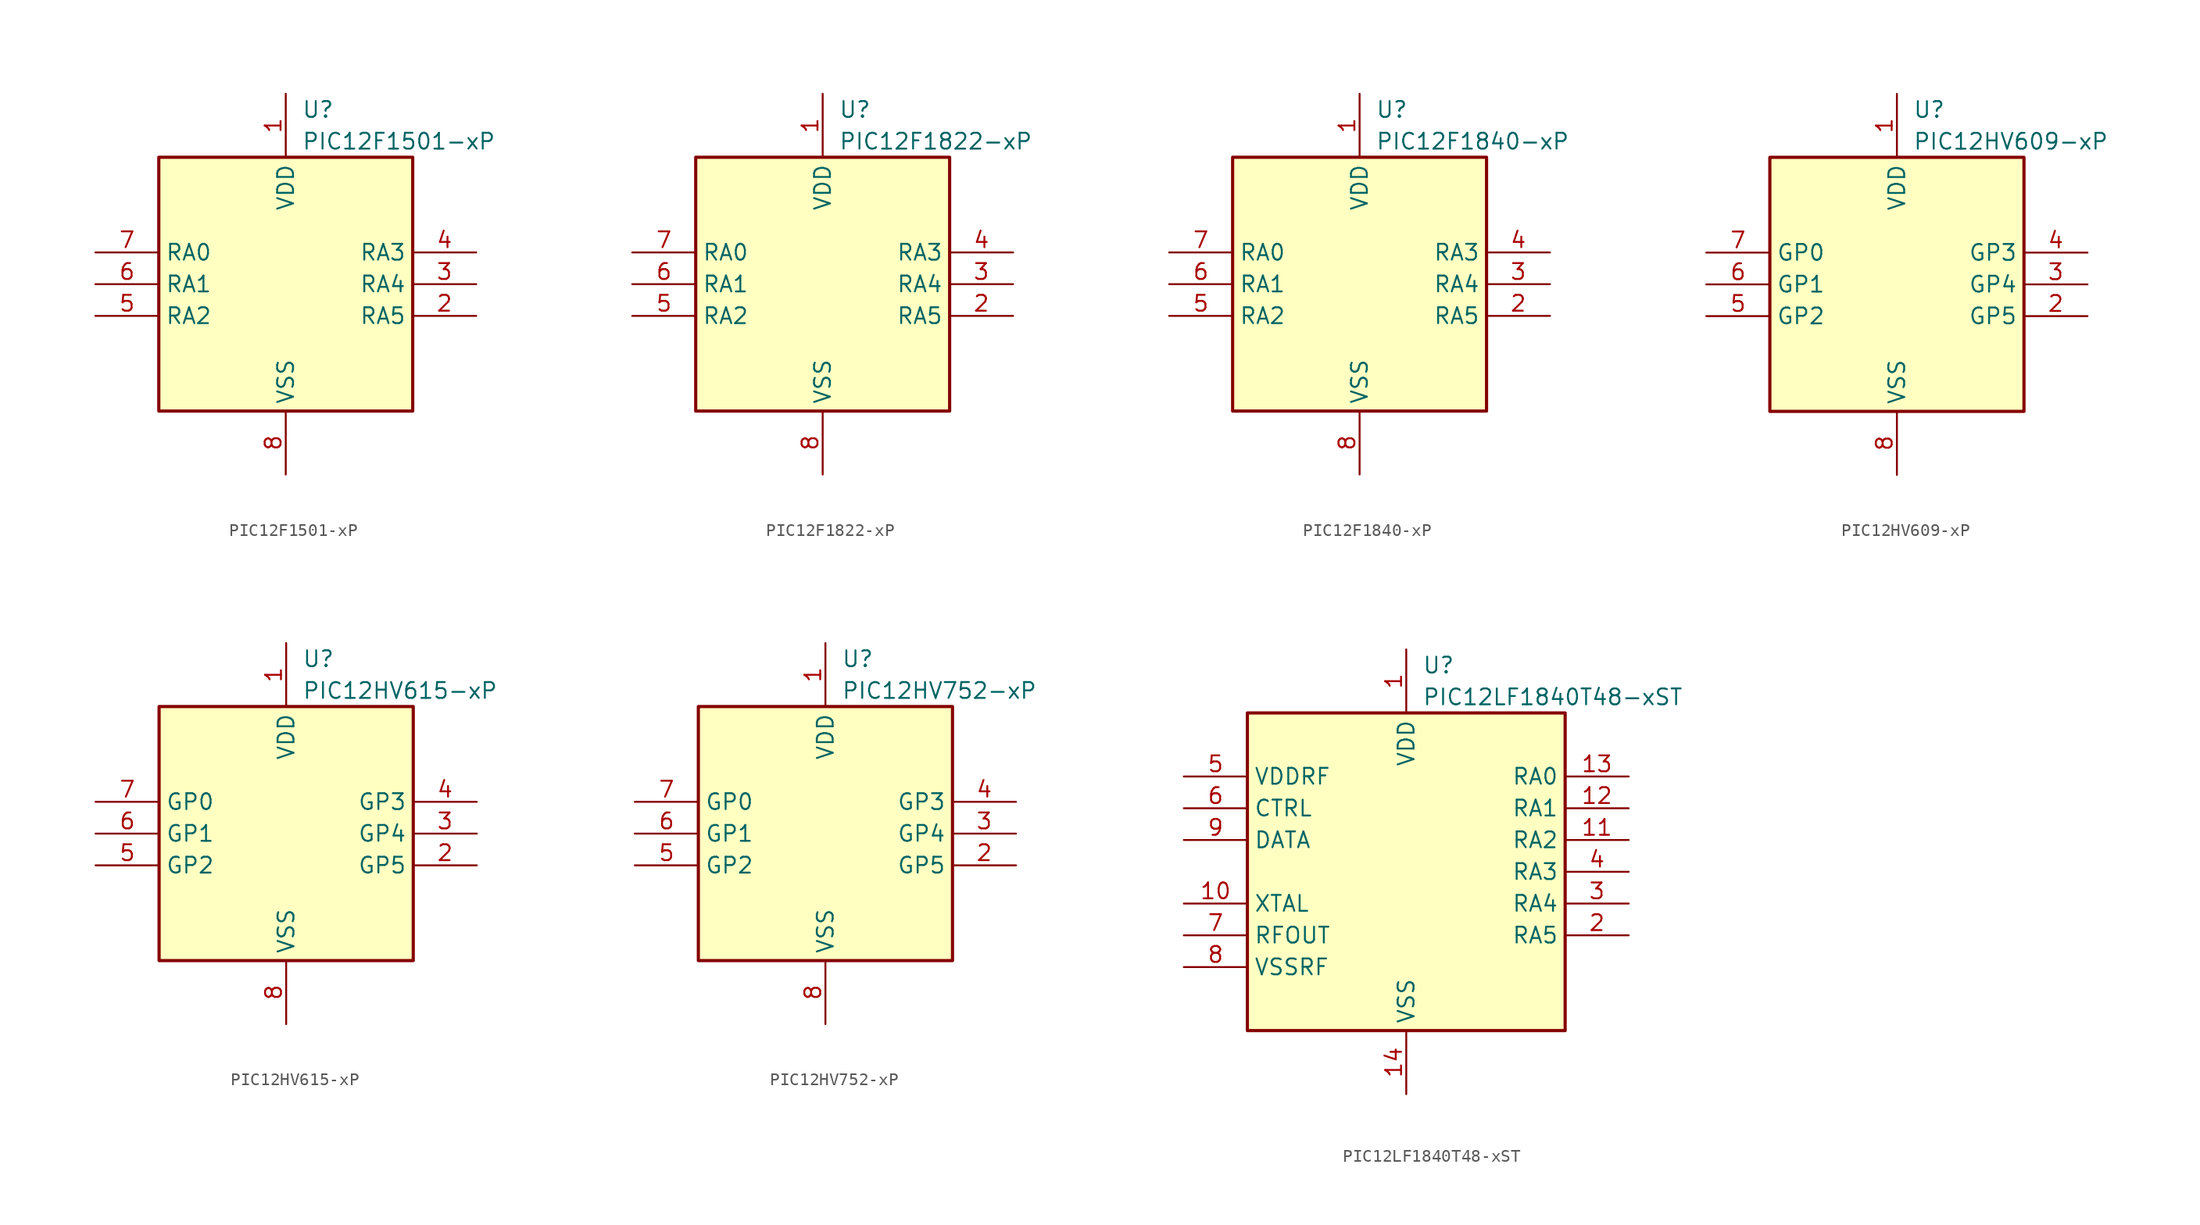
<source format=kicad_sym>
(kicad_symbol_lib
  (version 20231120)
  (generator "kicad_symbol_editor")
  (generator_version "8.0")
  (symbol "PIC12F1501-xP"
    (property "Reference" "U"
      (at 1.27 13.97 0)
      (effects (font (size 1.27 1.27)) (justify left)))
    (property "Value" "PIC12F1501-xP"
      (at 1.27 11.43 0)
      (effects (font (size 1.27 1.27)) (justify left)))
    (symbol "PIC12F1501-xP_0_1"
      (rectangle (start 10.16 -10.16) (end -10.16 10.16) (stroke (width 0.254) (type default)) (fill (type background))))
    (symbol "PIC12F1501-xP_1_1"
      (pin power_in line (at 0 15.24 270) (length 5.08) (name "VDD" (effects (font (size 1.27 1.27)))) (number "1" (effects (font (size 1.27 1.27)))))
      (pin bidirectional line (at 15.24 -2.54 180) (length 5.08) (name "RA5" (effects (font (size 1.27 1.27)))) (number "2" (effects (font (size 1.27 1.27)))))
      (pin bidirectional line (at 15.24 0 180) (length 5.08) (name "RA4" (effects (font (size 1.27 1.27)))) (number "3" (effects (font (size 1.27 1.27)))))
      (pin input line (at 15.24 2.54 180) (length 5.08) (name "RA3" (effects (font (size 1.27 1.27)))) (number "4" (effects (font (size 1.27 1.27)))))
      (pin bidirectional line (at -15.24 -2.54 0) (length 5.08) (name "RA2" (effects (font (size 1.27 1.27)))) (number "5" (effects (font (size 1.27 1.27)))))
      (pin bidirectional line (at -15.24 0 0) (length 5.08) (name "RA1" (effects (font (size 1.27 1.27)))) (number "6" (effects (font (size 1.27 1.27)))))
      (pin bidirectional line (at -15.24 2.54 0) (length 5.08) (name "RA0" (effects (font (size 1.27 1.27)))) (number "7" (effects (font (size 1.27 1.27)))))
      (pin power_in line (at 0 -15.24 90) (length 5.08) (name "VSS" (effects (font (size 1.27 1.27)))) (number "8" (effects (font (size 1.27 1.27)))))))
  (symbol "PIC12F1822-xP"
    (property "Reference" "U"
      (at 1.27 13.97 0)
      (effects (font (size 1.27 1.27)) (justify left)))
    (property "Value" "PIC12F1822-xP"
      (at 1.27 11.43 0)
      (effects (font (size 1.27 1.27)) (justify left)))
    (symbol "PIC12F1822-xP_0_1"
      (rectangle (start 10.16 -10.16) (end -10.16 10.16) (stroke (width 0.254) (type default)) (fill (type background))))
    (symbol "PIC12F1822-xP_1_1"
      (pin power_in line (at 0 15.24 270) (length 5.08) (name "VDD" (effects (font (size 1.27 1.27)))) (number "1" (effects (font (size 1.27 1.27)))))
      (pin bidirectional line (at 15.24 -2.54 180) (length 5.08) (name "RA5" (effects (font (size 1.27 1.27)))) (number "2" (effects (font (size 1.27 1.27)))))
      (pin bidirectional line (at 15.24 0 180) (length 5.08) (name "RA4" (effects (font (size 1.27 1.27)))) (number "3" (effects (font (size 1.27 1.27)))))
      (pin input line (at 15.24 2.54 180) (length 5.08) (name "RA3" (effects (font (size 1.27 1.27)))) (number "4" (effects (font (size 1.27 1.27)))))
      (pin bidirectional line (at -15.24 -2.54 0) (length 5.08) (name "RA2" (effects (font (size 1.27 1.27)))) (number "5" (effects (font (size 1.27 1.27)))))
      (pin bidirectional line (at -15.24 0 0) (length 5.08) (name "RA1" (effects (font (size 1.27 1.27)))) (number "6" (effects (font (size 1.27 1.27)))))
      (pin bidirectional line (at -15.24 2.54 0) (length 5.08) (name "RA0" (effects (font (size 1.27 1.27)))) (number "7" (effects (font (size 1.27 1.27)))))
      (pin power_in line (at 0 -15.24 90) (length 5.08) (name "VSS" (effects (font (size 1.27 1.27)))) (number "8" (effects (font (size 1.27 1.27)))))))
  (symbol "PIC12F1840-xP"
    (property "Reference" "U"
      (at 1.27 13.97 0)
      (effects (font (size 1.27 1.27)) (justify left)))
    (property "Value" "PIC12F1840-xP"
      (at 1.27 11.43 0)
      (effects (font (size 1.27 1.27)) (justify left)))
    (symbol "PIC12F1840-xP_0_1"
      (rectangle (start 10.16 -10.16) (end -10.16 10.16) (stroke (width 0.254) (type default)) (fill (type background))))
    (symbol "PIC12F1840-xP_1_1"
      (pin power_in line (at 0 15.24 270) (length 5.08) (name "VDD" (effects (font (size 1.27 1.27)))) (number "1" (effects (font (size 1.27 1.27)))))
      (pin bidirectional line (at 15.24 -2.54 180) (length 5.08) (name "RA5" (effects (font (size 1.27 1.27)))) (number "2" (effects (font (size 1.27 1.27)))))
      (pin bidirectional line (at 15.24 0 180) (length 5.08) (name "RA4" (effects (font (size 1.27 1.27)))) (number "3" (effects (font (size 1.27 1.27)))))
      (pin input line (at 15.24 2.54 180) (length 5.08) (name "RA3" (effects (font (size 1.27 1.27)))) (number "4" (effects (font (size 1.27 1.27)))))
      (pin bidirectional line (at -15.24 -2.54 0) (length 5.08) (name "RA2" (effects (font (size 1.27 1.27)))) (number "5" (effects (font (size 1.27 1.27)))))
      (pin bidirectional line (at -15.24 0 0) (length 5.08) (name "RA1" (effects (font (size 1.27 1.27)))) (number "6" (effects (font (size 1.27 1.27)))))
      (pin bidirectional line (at -15.24 2.54 0) (length 5.08) (name "RA0" (effects (font (size 1.27 1.27)))) (number "7" (effects (font (size 1.27 1.27)))))
      (pin power_in line (at 0 -15.24 90) (length 5.08) (name "VSS" (effects (font (size 1.27 1.27)))) (number "8" (effects (font (size 1.27 1.27)))))))
  (symbol "PIC12HV609-xP"
    (property "Reference" "U"
      (at 1.27 13.97 0)
      (effects (font (size 1.27 1.27)) (justify left)))
    (property "Value" "PIC12HV609-xP"
      (at 1.27 11.43 0)
      (effects (font (size 1.27 1.27)) (justify left)))
    (symbol "PIC12HV609-xP_0_1"
      (rectangle (start 10.16 -10.16) (end -10.16 10.16) (stroke (width 0.254) (type default)) (fill (type background))))
    (symbol "PIC12HV609-xP_1_1"
      (pin power_in line (at 0 15.24 270) (length 5.08) (name "VDD" (effects (font (size 1.27 1.27)))) (number "1" (effects (font (size 1.27 1.27)))))
      (pin bidirectional line (at 15.24 -2.54 180) (length 5.08) (name "GP5" (effects (font (size 1.27 1.27)))) (number "2" (effects (font (size 1.27 1.27)))))
      (pin bidirectional line (at 15.24 0 180) (length 5.08) (name "GP4" (effects (font (size 1.27 1.27)))) (number "3" (effects (font (size 1.27 1.27)))))
      (pin input line (at 15.24 2.54 180) (length 5.08) (name "GP3" (effects (font (size 1.27 1.27)))) (number "4" (effects (font (size 1.27 1.27)))))
      (pin bidirectional line (at -15.24 -2.54 0) (length 5.08) (name "GP2" (effects (font (size 1.27 1.27)))) (number "5" (effects (font (size 1.27 1.27)))))
      (pin bidirectional line (at -15.24 0 0) (length 5.08) (name "GP1" (effects (font (size 1.27 1.27)))) (number "6" (effects (font (size 1.27 1.27)))))
      (pin bidirectional line (at -15.24 2.54 0) (length 5.08) (name "GP0" (effects (font (size 1.27 1.27)))) (number "7" (effects (font (size 1.27 1.27)))))
      (pin power_in line (at 0 -15.24 90) (length 5.08) (name "VSS" (effects (font (size 1.27 1.27)))) (number "8" (effects (font (size 1.27 1.27)))))))
  (symbol "PIC12HV615-xP"
    (property "Reference" "U"
      (at 1.27 13.97 0)
      (effects (font (size 1.27 1.27)) (justify left)))
    (property "Value" "PIC12HV615-xP"
      (at 1.27 11.43 0)
      (effects (font (size 1.27 1.27)) (justify left)))
    (symbol "PIC12HV615-xP_0_1"
      (rectangle (start 10.16 -10.16) (end -10.16 10.16) (stroke (width 0.254) (type default)) (fill (type background))))
    (symbol "PIC12HV615-xP_1_1"
      (pin power_in line (at 0 15.24 270) (length 5.08) (name "VDD" (effects (font (size 1.27 1.27)))) (number "1" (effects (font (size 1.27 1.27)))))
      (pin bidirectional line (at 15.24 -2.54 180) (length 5.08) (name "GP5" (effects (font (size 1.27 1.27)))) (number "2" (effects (font (size 1.27 1.27)))))
      (pin bidirectional line (at 15.24 0 180) (length 5.08) (name "GP4" (effects (font (size 1.27 1.27)))) (number "3" (effects (font (size 1.27 1.27)))))
      (pin input line (at 15.24 2.54 180) (length 5.08) (name "GP3" (effects (font (size 1.27 1.27)))) (number "4" (effects (font (size 1.27 1.27)))))
      (pin bidirectional line (at -15.24 -2.54 0) (length 5.08) (name "GP2" (effects (font (size 1.27 1.27)))) (number "5" (effects (font (size 1.27 1.27)))))
      (pin bidirectional line (at -15.24 0 0) (length 5.08) (name "GP1" (effects (font (size 1.27 1.27)))) (number "6" (effects (font (size 1.27 1.27)))))
      (pin bidirectional line (at -15.24 2.54 0) (length 5.08) (name "GP0" (effects (font (size 1.27 1.27)))) (number "7" (effects (font (size 1.27 1.27)))))
      (pin power_in line (at 0 -15.24 90) (length 5.08) (name "VSS" (effects (font (size 1.27 1.27)))) (number "8" (effects (font (size 1.27 1.27)))))))
  (symbol "PIC12HV752-xP"
    (property "Reference" "U"
      (at 1.27 13.97 0)
      (effects (font (size 1.27 1.27)) (justify left)))
    (property "Value" "PIC12HV752-xP"
      (at 1.27 11.43 0)
      (effects (font (size 1.27 1.27)) (justify left)))
    (symbol "PIC12HV752-xP_0_1"
      (rectangle (start 10.16 -10.16) (end -10.16 10.16) (stroke (width 0.254) (type default)) (fill (type background))))
    (symbol "PIC12HV752-xP_1_1"
      (pin power_in line (at 0 15.24 270) (length 5.08) (name "VDD" (effects (font (size 1.27 1.27)))) (number "1" (effects (font (size 1.27 1.27)))))
      (pin bidirectional line (at 15.24 -2.54 180) (length 5.08) (name "GP5" (effects (font (size 1.27 1.27)))) (number "2" (effects (font (size 1.27 1.27)))))
      (pin bidirectional line (at 15.24 0 180) (length 5.08) (name "GP4" (effects (font (size 1.27 1.27)))) (number "3" (effects (font (size 1.27 1.27)))))
      (pin input line (at 15.24 2.54 180) (length 5.08) (name "GP3" (effects (font (size 1.27 1.27)))) (number "4" (effects (font (size 1.27 1.27)))))
      (pin bidirectional line (at -15.24 -2.54 0) (length 5.08) (name "GP2" (effects (font (size 1.27 1.27)))) (number "5" (effects (font (size 1.27 1.27)))))
      (pin bidirectional line (at -15.24 0 0) (length 5.08) (name "GP1" (effects (font (size 1.27 1.27)))) (number "6" (effects (font (size 1.27 1.27)))))
      (pin bidirectional line (at -15.24 2.54 0) (length 5.08) (name "GP0" (effects (font (size 1.27 1.27)))) (number "7" (effects (font (size 1.27 1.27)))))
      (pin power_in line (at 0 -15.24 90) (length 5.08) (name "VSS" (effects (font (size 1.27 1.27)))) (number "8" (effects (font (size 1.27 1.27)))))))
  (symbol "PIC12LF1840T48-xST"
    (property "Reference" "U"
      (at 1.27 16.51 0)
      (effects (font (size 1.27 1.27)) (justify left)))
    (property "Value" "PIC12LF1840T48-xST"
      (at 1.27 13.97 0)
      (effects (font (size 1.27 1.27)) (justify left)))
    (symbol "PIC12LF1840T48-xST_0_1"
      (rectangle (start 12.7 -12.7) (end -12.7 12.7) (stroke (width 0.254) (type default)) (fill (type background))))
    (symbol "PIC12LF1840T48-xST_1_1"
      (pin power_in line (at 0 17.78 270) (length 5.08) (name "VDD" (effects (font (size 1.27 1.27)))) (number "1" (effects (font (size 1.27 1.27)))))
      (pin input line (at -17.78 -2.54 0) (length 5.08) (name "XTAL" (effects (font (size 1.27 1.27)))) (number "10" (effects (font (size 1.27 1.27)))))
      (pin bidirectional line (at 17.78 2.54 180) (length 5.08) (name "RA2" (effects (font (size 1.27 1.27)))) (number "11" (effects (font (size 1.27 1.27)))))
      (pin bidirectional line (at 17.78 5.08 180) (length 5.08) (name "RA1" (effects (font (size 1.27 1.27)))) (number "12" (effects (font (size 1.27 1.27)))))
      (pin bidirectional line (at 17.78 7.62 180) (length 5.08) (name "RA0" (effects (font (size 1.27 1.27)))) (number "13" (effects (font (size 1.27 1.27)))))
      (pin power_in line (at 0 -17.78 90) (length 5.08) (name "VSS" (effects (font (size 1.27 1.27)))) (number "14" (effects (font (size 1.27 1.27)))))
      (pin bidirectional line (at 17.78 -5.08 180) (length 5.08) (name "RA5" (effects (font (size 1.27 1.27)))) (number "2" (effects (font (size 1.27 1.27)))))
      (pin bidirectional line (at 17.78 -2.54 180) (length 5.08) (name "RA4" (effects (font (size 1.27 1.27)))) (number "3" (effects (font (size 1.27 1.27)))))
      (pin input line (at 17.78 0 180) (length 5.08) (name "RA3" (effects (font (size 1.27 1.27)))) (number "4" (effects (font (size 1.27 1.27)))))
      (pin power_in line (at -17.78 7.62 0) (length 5.08) (name "VDDRF" (effects (font (size 1.27 1.27)))) (number "5" (effects (font (size 1.27 1.27)))))
      (pin input line (at -17.78 5.08 0) (length 5.08) (name "CTRL" (effects (font (size 1.27 1.27)))) (number "6" (effects (font (size 1.27 1.27)))))
      (pin input line (at -17.78 -5.08 0) (length 5.08) (name "RFOUT" (effects (font (size 1.27 1.27)))) (number "7" (effects (font (size 1.27 1.27)))))
      (pin power_in line (at -17.78 -7.62 0) (length 5.08) (name "VSSRF" (effects (font (size 1.27 1.27)))) (number "8" (effects (font (size 1.27 1.27)))))
      (pin input line (at -17.78 2.54 0) (length 5.08) (name "DATA" (effects (font (size 1.27 1.27)))) (number "9" (effects (font (size 1.27 1.27))))))))
</source>
